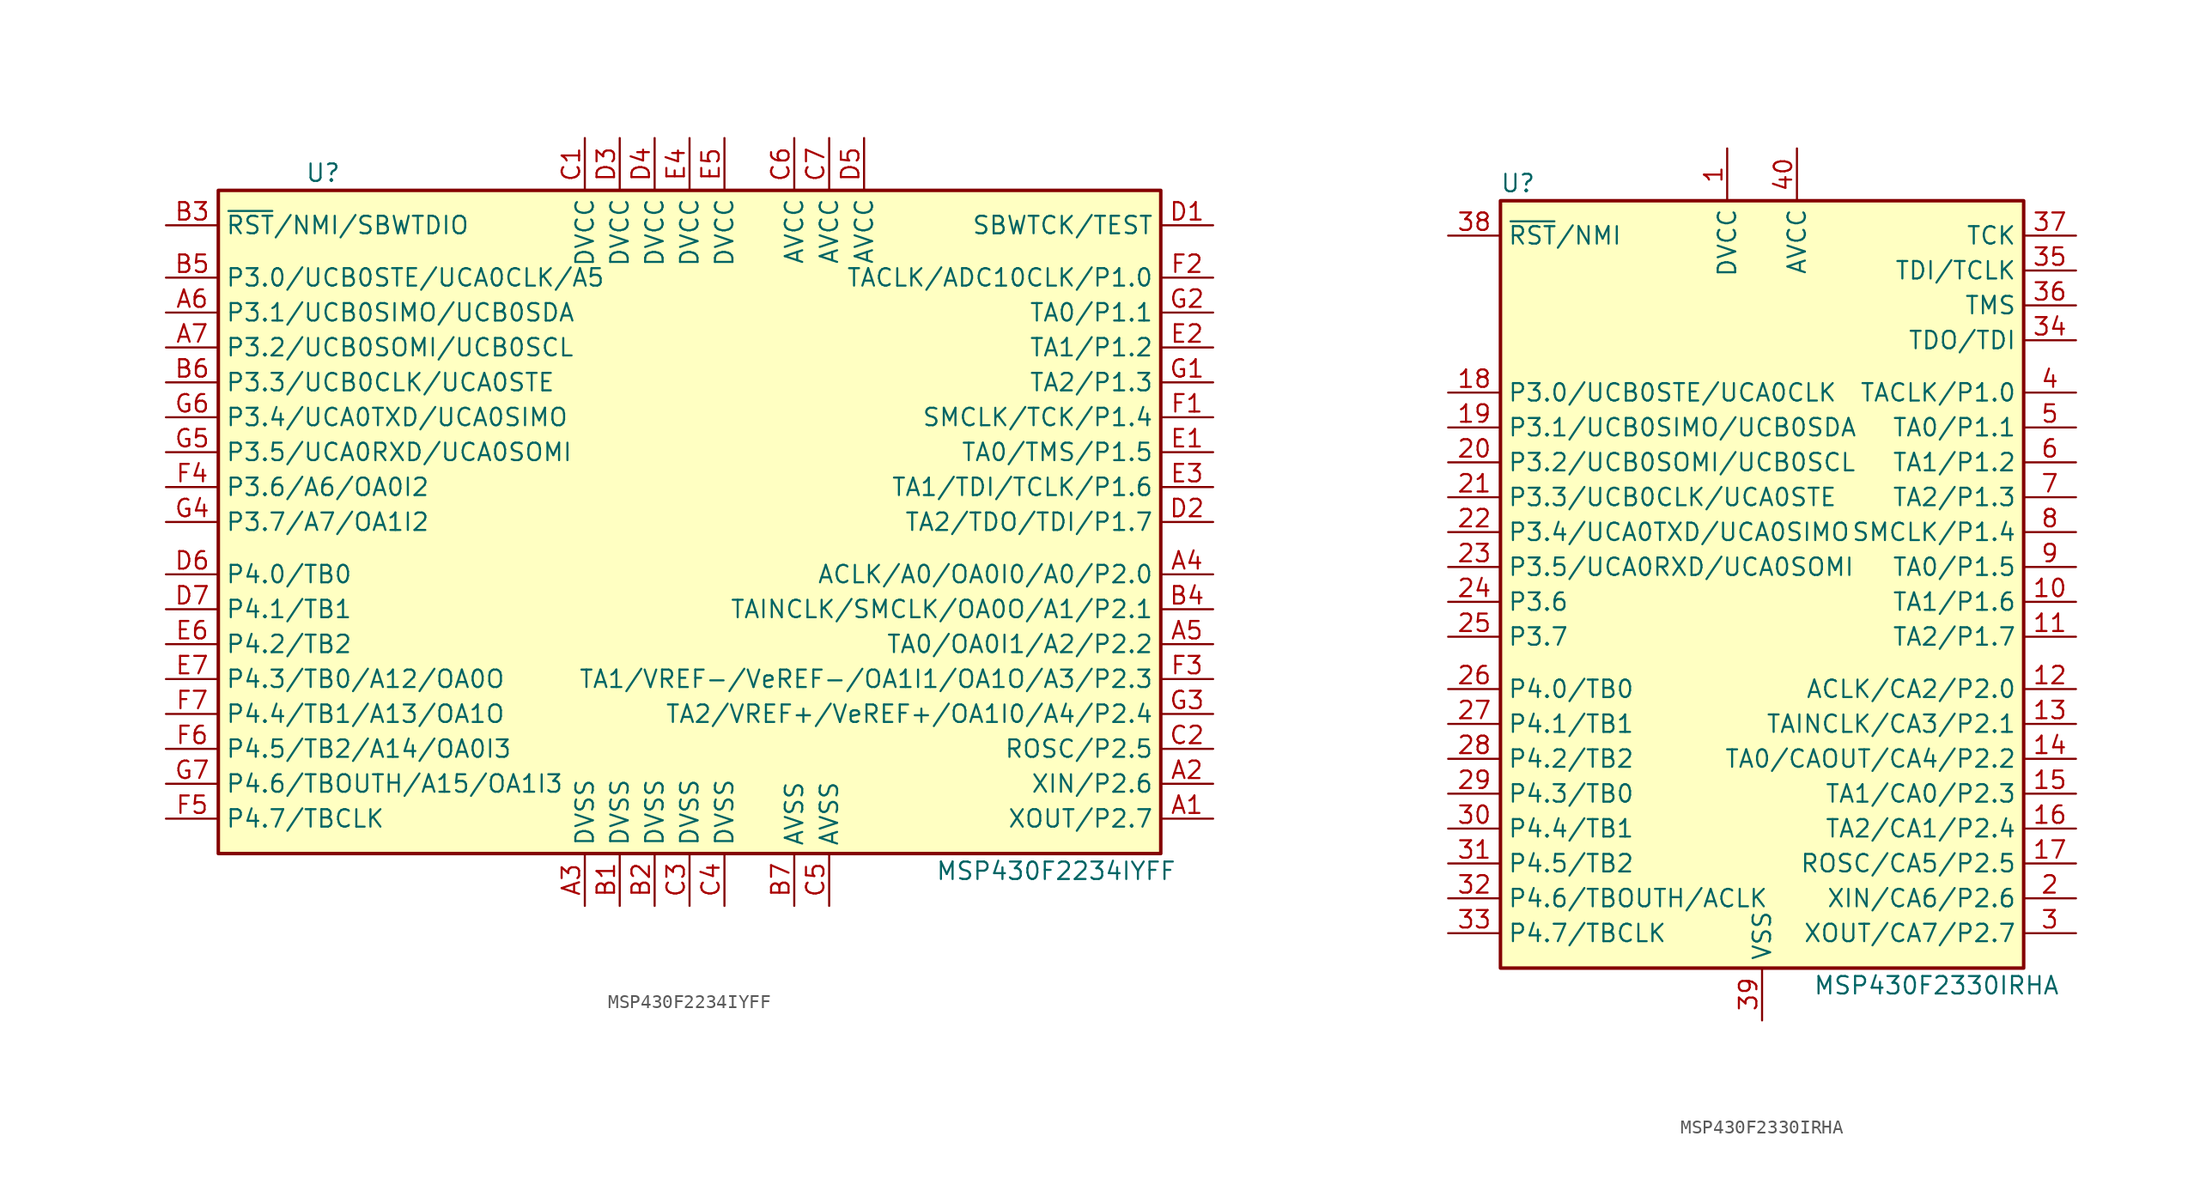
<source format=kicad_sym>
(kicad_symbol_lib
  (version 20201005)
  (generator kicad_symbol_editor)
  (symbol "MCU_Texas_MSP430:MSP430F2234IYFF"
    (property "Reference" "U"
      (at -26.67 25.4 0)
      (effects (font (size 1.27 1.27))))
    (property "Value" "MSP430F2234IYFF"
      (at 26.67 -25.4 0)
      (effects (font (size 1.27 1.27))))
    (symbol "MSP430F2234IYFF_0_1"
      (rectangle (start -34.29 24.13) (end 34.29 -24.13) (stroke (width 0.254)) (fill (type background))))
    (symbol "MSP430F2234IYFF_1_1"
      (pin bidirectional line (at 38.1 -21.59 180) (length 3.81) (name "XOUT/P2.7" (effects (font (size 1.27 1.27)))) (number "A1" (effects (font (size 1.27 1.27)))))
      (pin bidirectional line (at 38.1 -19.05 180) (length 3.81) (name "XIN/P2.6" (effects (font (size 1.27 1.27)))) (number "A2" (effects (font (size 1.27 1.27)))))
      (pin power_in line (at -7.62 -27.94 90) (length 3.81) (name "DVSS" (effects (font (size 1.27 1.27)))) (number "A3" (effects (font (size 1.27 1.27)))))
      (pin bidirectional line (at 38.1 -3.81 180) (length 3.81) (name "ACLK/A0/OA0I0/A0/P2.0" (effects (font (size 1.27 1.27)))) (number "A4" (effects (font (size 1.27 1.27)))))
      (pin bidirectional line (at 38.1 -8.89 180) (length 3.81) (name "TA0/OA0I1/A2/P2.2" (effects (font (size 1.27 1.27)))) (number "A5" (effects (font (size 1.27 1.27)))))
      (pin bidirectional line (at -38.1 15.24 0) (length 3.81) (name "P3.1/UCB0SIMO/UCB0SDA" (effects (font (size 1.27 1.27)))) (number "A6" (effects (font (size 1.27 1.27)))))
      (pin bidirectional line (at -38.1 12.7 0) (length 3.81) (name "P3.2/UCB0SOMI/UCB0SCL" (effects (font (size 1.27 1.27)))) (number "A7" (effects (font (size 1.27 1.27)))))
      (pin power_in line (at -5.08 -27.94 90) (length 3.81) (name "DVSS" (effects (font (size 1.27 1.27)))) (number "B1" (effects (font (size 1.27 1.27)))))
      (pin power_in line (at -2.54 -27.94 90) (length 3.81) (name "DVSS" (effects (font (size 1.27 1.27)))) (number "B2" (effects (font (size 1.27 1.27)))))
      (pin input line (at -38.1 21.59 0) (length 3.81) (name "~RST~/NMI/SBWTDIO" (effects (font (size 1.27 1.27)))) (number "B3" (effects (font (size 1.27 1.27)))))
      (pin bidirectional line (at 38.1 -6.35 180) (length 3.81) (name "TAINCLK/SMCLK/OA0O/A1/P2.1" (effects (font (size 1.27 1.27)))) (number "B4" (effects (font (size 1.27 1.27)))))
      (pin bidirectional line (at -38.1 17.78 0) (length 3.81) (name "P3.0/UCB0STE/UCA0CLK/A5" (effects (font (size 1.27 1.27)))) (number "B5" (effects (font (size 1.27 1.27)))))
      (pin bidirectional line (at -38.1 10.16 0) (length 3.81) (name "P3.3/UCB0CLK/UCA0STE" (effects (font (size 1.27 1.27)))) (number "B6" (effects (font (size 1.27 1.27)))))
      (pin power_in line (at 7.62 -27.94 90) (length 3.81) (name "AVSS" (effects (font (size 1.27 1.27)))) (number "B7" (effects (font (size 1.27 1.27)))))
      (pin power_in line (at -7.62 27.94 270) (length 3.81) (name "DVCC" (effects (font (size 1.27 1.27)))) (number "C1" (effects (font (size 1.27 1.27)))))
      (pin bidirectional line (at 38.1 -16.51 180) (length 3.81) (name "ROSC/P2.5" (effects (font (size 1.27 1.27)))) (number "C2" (effects (font (size 1.27 1.27)))))
      (pin power_in line (at 0 -27.94 90) (length 3.81) (name "DVSS" (effects (font (size 1.27 1.27)))) (number "C3" (effects (font (size 1.27 1.27)))))
      (pin power_in line (at 2.54 -27.94 90) (length 3.81) (name "DVSS" (effects (font (size 1.27 1.27)))) (number "C4" (effects (font (size 1.27 1.27)))))
      (pin power_in line (at 10.16 -27.94 90) (length 3.81) (name "AVSS" (effects (font (size 1.27 1.27)))) (number "C5" (effects (font (size 1.27 1.27)))))
      (pin power_in line (at 7.62 27.94 270) (length 3.81) (name "AVCC" (effects (font (size 1.27 1.27)))) (number "C6" (effects (font (size 1.27 1.27)))))
      (pin power_in line (at 10.16 27.94 270) (length 3.81) (name "AVCC" (effects (font (size 1.27 1.27)))) (number "C7" (effects (font (size 1.27 1.27)))))
      (pin input line (at 38.1 21.59 180) (length 3.81) (name "SBWTCK/TEST" (effects (font (size 1.27 1.27)))) (number "D1" (effects (font (size 1.27 1.27)))))
      (pin bidirectional line (at 38.1 0 180) (length 3.81) (name "TA2/TDO/TDI/P1.7" (effects (font (size 1.27 1.27)))) (number "D2" (effects (font (size 1.27 1.27)))))
      (pin power_in line (at -5.08 27.94 270) (length 3.81) (name "DVCC" (effects (font (size 1.27 1.27)))) (number "D3" (effects (font (size 1.27 1.27)))))
      (pin power_in line (at -2.54 27.94 270) (length 3.81) (name "DVCC" (effects (font (size 1.27 1.27)))) (number "D4" (effects (font (size 1.27 1.27)))))
      (pin power_in line (at 12.7 27.94 270) (length 3.81) (name "AVCC" (effects (font (size 1.27 1.27)))) (number "D5" (effects (font (size 1.27 1.27)))))
      (pin bidirectional line (at -38.1 -3.81 0) (length 3.81) (name "P4.0/TB0" (effects (font (size 1.27 1.27)))) (number "D6" (effects (font (size 1.27 1.27)))))
      (pin bidirectional line (at -38.1 -6.35 0) (length 3.81) (name "P4.1/TB1" (effects (font (size 1.27 1.27)))) (number "D7" (effects (font (size 1.27 1.27)))))
      (pin bidirectional line (at 38.1 5.08 180) (length 3.81) (name "TA0/TMS/P1.5" (effects (font (size 1.27 1.27)))) (number "E1" (effects (font (size 1.27 1.27)))))
      (pin bidirectional line (at 38.1 12.7 180) (length 3.81) (name "TA1/P1.2" (effects (font (size 1.27 1.27)))) (number "E2" (effects (font (size 1.27 1.27)))))
      (pin bidirectional line (at 38.1 2.54 180) (length 3.81) (name "TA1/TDI/TCLK/P1.6" (effects (font (size 1.27 1.27)))) (number "E3" (effects (font (size 1.27 1.27)))))
      (pin power_in line (at 0 27.94 270) (length 3.81) (name "DVCC" (effects (font (size 1.27 1.27)))) (number "E4" (effects (font (size 1.27 1.27)))))
      (pin power_in line (at 2.54 27.94 270) (length 3.81) (name "DVCC" (effects (font (size 1.27 1.27)))) (number "E5" (effects (font (size 1.27 1.27)))))
      (pin bidirectional line (at -38.1 -8.89 0) (length 3.81) (name "P4.2/TB2" (effects (font (size 1.27 1.27)))) (number "E6" (effects (font (size 1.27 1.27)))))
      (pin bidirectional line (at -38.1 -11.43 0) (length 3.81) (name "P4.3/TB0/A12/OA0O" (effects (font (size 1.27 1.27)))) (number "E7" (effects (font (size 1.27 1.27)))))
      (pin bidirectional line (at 38.1 7.62 180) (length 3.81) (name "SMCLK/TCK/P1.4" (effects (font (size 1.27 1.27)))) (number "F1" (effects (font (size 1.27 1.27)))))
      (pin bidirectional line (at 38.1 17.78 180) (length 3.81) (name "TACLK/ADC10CLK/P1.0" (effects (font (size 1.27 1.27)))) (number "F2" (effects (font (size 1.27 1.27)))))
      (pin bidirectional line (at 38.1 -11.43 180) (length 3.81) (name "TA1/VREF-/VeREF-/OA1I1/OA1O/A3/P2.3" (effects (font (size 1.27 1.27)))) (number "F3" (effects (font (size 1.27 1.27)))))
      (pin bidirectional line (at -38.1 2.54 0) (length 3.81) (name "P3.6/A6/OA0I2" (effects (font (size 1.27 1.27)))) (number "F4" (effects (font (size 1.27 1.27)))))
      (pin bidirectional line (at -38.1 -21.59 0) (length 3.81) (name "P4.7/TBCLK" (effects (font (size 1.27 1.27)))) (number "F5" (effects (font (size 1.27 1.27)))))
      (pin bidirectional line (at -38.1 -16.51 0) (length 3.81) (name "P4.5/TB2/A14/OA0I3" (effects (font (size 1.27 1.27)))) (number "F6" (effects (font (size 1.27 1.27)))))
      (pin bidirectional line (at -38.1 -13.97 0) (length 3.81) (name "P4.4/TB1/A13/OA1O" (effects (font (size 1.27 1.27)))) (number "F7" (effects (font (size 1.27 1.27)))))
      (pin bidirectional line (at 38.1 10.16 180) (length 3.81) (name "TA2/P1.3" (effects (font (size 1.27 1.27)))) (number "G1" (effects (font (size 1.27 1.27)))))
      (pin bidirectional line (at 38.1 15.24 180) (length 3.81) (name "TA0/P1.1" (effects (font (size 1.27 1.27)))) (number "G2" (effects (font (size 1.27 1.27)))))
      (pin bidirectional line (at 38.1 -13.97 180) (length 3.81) (name "TA2/VREF+/VeREF+/OA1I0/A4/P2.4" (effects (font (size 1.27 1.27)))) (number "G3" (effects (font (size 1.27 1.27)))))
      (pin bidirectional line (at -38.1 0 0) (length 3.81) (name "P3.7/A7/OA1I2" (effects (font (size 1.27 1.27)))) (number "G4" (effects (font (size 1.27 1.27)))))
      (pin bidirectional line (at -38.1 5.08 0) (length 3.81) (name "P3.5/UCA0RXD/UCA0SOMI" (effects (font (size 1.27 1.27)))) (number "G5" (effects (font (size 1.27 1.27)))))
      (pin bidirectional line (at -38.1 7.62 0) (length 3.81) (name "P3.4/UCA0TXD/UCA0SIMO" (effects (font (size 1.27 1.27)))) (number "G6" (effects (font (size 1.27 1.27)))))
      (pin bidirectional line (at -38.1 -19.05 0) (length 3.81) (name "P4.6/TBOUTH/A15/OA1I3" (effects (font (size 1.27 1.27)))) (number "G7" (effects (font (size 1.27 1.27)))))))
  (symbol "MCU_Texas_MSP430:MSP430F2330IRHA"
    (property "Reference" "U"
      (at -17.78 29.21 0)
      (effects (font (size 1.27 1.27))))
    (property "Value" "MSP430F2330IRHA"
      (at 12.7 -29.21 0)
      (effects (font (size 1.27 1.27))))
    (symbol "MSP430F2330IRHA_0_1"
      (rectangle (start -19.05 27.94) (end 19.05 -27.94) (stroke (width 0.254)) (fill (type background))))
    (symbol "MSP430F2330IRHA_1_1"
      (pin power_in line (at -2.54 31.75 270) (length 3.81) (name "DVCC" (effects (font (size 1.27 1.27)))) (number "1" (effects (font (size 1.27 1.27)))))
      (pin bidirectional line (at 22.86 -1.27 180) (length 3.81) (name "TA1/P1.6" (effects (font (size 1.27 1.27)))) (number "10" (effects (font (size 1.27 1.27)))))
      (pin bidirectional line (at 22.86 -3.81 180) (length 3.81) (name "TA2/P1.7" (effects (font (size 1.27 1.27)))) (number "11" (effects (font (size 1.27 1.27)))))
      (pin bidirectional line (at 22.86 -7.62 180) (length 3.81) (name "ACLK/CA2/P2.0" (effects (font (size 1.27 1.27)))) (number "12" (effects (font (size 1.27 1.27)))))
      (pin bidirectional line (at 22.86 -10.16 180) (length 3.81) (name "TAINCLK/CA3/P2.1" (effects (font (size 1.27 1.27)))) (number "13" (effects (font (size 1.27 1.27)))))
      (pin bidirectional line (at 22.86 -12.7 180) (length 3.81) (name "TA0/CAOUT/CA4/P2.2" (effects (font (size 1.27 1.27)))) (number "14" (effects (font (size 1.27 1.27)))))
      (pin bidirectional line (at 22.86 -15.24 180) (length 3.81) (name "TA1/CA0/P2.3" (effects (font (size 1.27 1.27)))) (number "15" (effects (font (size 1.27 1.27)))))
      (pin bidirectional line (at 22.86 -17.78 180) (length 3.81) (name "TA2/CA1/P2.4" (effects (font (size 1.27 1.27)))) (number "16" (effects (font (size 1.27 1.27)))))
      (pin bidirectional line (at 22.86 -20.32 180) (length 3.81) (name "ROSC/CA5/P2.5" (effects (font (size 1.27 1.27)))) (number "17" (effects (font (size 1.27 1.27)))))
      (pin bidirectional line (at -22.86 13.97 0) (length 3.81) (name "P3.0/UCB0STE/UCA0CLK" (effects (font (size 1.27 1.27)))) (number "18" (effects (font (size 1.27 1.27)))))
      (pin bidirectional line (at -22.86 11.43 0) (length 3.81) (name "P3.1/UCB0SIMO/UCB0SDA" (effects (font (size 1.27 1.27)))) (number "19" (effects (font (size 1.27 1.27)))))
      (pin bidirectional line (at 22.86 -22.86 180) (length 3.81) (name "XIN/CA6/P2.6" (effects (font (size 1.27 1.27)))) (number "2" (effects (font (size 1.27 1.27)))))
      (pin bidirectional line (at -22.86 8.89 0) (length 3.81) (name "P3.2/UCB0SOMI/UCB0SCL" (effects (font (size 1.27 1.27)))) (number "20" (effects (font (size 1.27 1.27)))))
      (pin bidirectional line (at -22.86 6.35 0) (length 3.81) (name "P3.3/UCB0CLK/UCA0STE" (effects (font (size 1.27 1.27)))) (number "21" (effects (font (size 1.27 1.27)))))
      (pin bidirectional line (at -22.86 3.81 0) (length 3.81) (name "P3.4/UCA0TXD/UCA0SIMO" (effects (font (size 1.27 1.27)))) (number "22" (effects (font (size 1.27 1.27)))))
      (pin bidirectional line (at -22.86 1.27 0) (length 3.81) (name "P3.5/UCA0RXD/UCA0SOMI" (effects (font (size 1.27 1.27)))) (number "23" (effects (font (size 1.27 1.27)))))
      (pin bidirectional line (at -22.86 -1.27 0) (length 3.81) (name "P3.6" (effects (font (size 1.27 1.27)))) (number "24" (effects (font (size 1.27 1.27)))))
      (pin bidirectional line (at -22.86 -3.81 0) (length 3.81) (name "P3.7" (effects (font (size 1.27 1.27)))) (number "25" (effects (font (size 1.27 1.27)))))
      (pin bidirectional line (at -22.86 -7.62 0) (length 3.81) (name "P4.0/TB0" (effects (font (size 1.27 1.27)))) (number "26" (effects (font (size 1.27 1.27)))))
      (pin bidirectional line (at -22.86 -10.16 0) (length 3.81) (name "P4.1/TB1" (effects (font (size 1.27 1.27)))) (number "27" (effects (font (size 1.27 1.27)))))
      (pin bidirectional line (at -22.86 -12.7 0) (length 3.81) (name "P4.2/TB2" (effects (font (size 1.27 1.27)))) (number "28" (effects (font (size 1.27 1.27)))))
      (pin bidirectional line (at -22.86 -15.24 0) (length 3.81) (name "P4.3/TB0" (effects (font (size 1.27 1.27)))) (number "29" (effects (font (size 1.27 1.27)))))
      (pin bidirectional line (at 22.86 -25.4 180) (length 3.81) (name "XOUT/CA7/P2.7" (effects (font (size 1.27 1.27)))) (number "3" (effects (font (size 1.27 1.27)))))
      (pin bidirectional line (at -22.86 -17.78 0) (length 3.81) (name "P4.4/TB1" (effects (font (size 1.27 1.27)))) (number "30" (effects (font (size 1.27 1.27)))))
      (pin bidirectional line (at -22.86 -20.32 0) (length 3.81) (name "P4.5/TB2" (effects (font (size 1.27 1.27)))) (number "31" (effects (font (size 1.27 1.27)))))
      (pin bidirectional line (at -22.86 -22.86 0) (length 3.81) (name "P4.6/TBOUTH/ACLK" (effects (font (size 1.27 1.27)))) (number "32" (effects (font (size 1.27 1.27)))))
      (pin bidirectional line (at -22.86 -25.4 0) (length 3.81) (name "P4.7/TBCLK" (effects (font (size 1.27 1.27)))) (number "33" (effects (font (size 1.27 1.27)))))
      (pin bidirectional line (at 22.86 17.78 180) (length 3.81) (name "TDO/TDI" (effects (font (size 1.27 1.27)))) (number "34" (effects (font (size 1.27 1.27)))))
      (pin input line (at 22.86 22.86 180) (length 3.81) (name "TDI/TCLK" (effects (font (size 1.27 1.27)))) (number "35" (effects (font (size 1.27 1.27)))))
      (pin input line (at 22.86 20.32 180) (length 3.81) (name "TMS" (effects (font (size 1.27 1.27)))) (number "36" (effects (font (size 1.27 1.27)))))
      (pin input line (at 22.86 25.4 180) (length 3.81) (name "TCK" (effects (font (size 1.27 1.27)))) (number "37" (effects (font (size 1.27 1.27)))))
      (pin input line (at -22.86 25.4 0) (length 3.81) (name "~RST~/NMI" (effects (font (size 1.27 1.27)))) (number "38" (effects (font (size 1.27 1.27)))))
      (pin power_in line (at 0 -31.75 90) (length 3.81) (name "VSS" (effects (font (size 1.27 1.27)))) (number "39" (effects (font (size 1.27 1.27)))))
      (pin bidirectional line (at 22.86 13.97 180) (length 3.81) (name "TACLK/P1.0" (effects (font (size 1.27 1.27)))) (number "4" (effects (font (size 1.27 1.27)))))
      (pin power_in line (at 2.54 31.75 270) (length 3.81) (name "AVCC" (effects (font (size 1.27 1.27)))) (number "40" (effects (font (size 1.27 1.27)))))
      (pin bidirectional line (at 22.86 11.43 180) (length 3.81) (name "TA0/P1.1" (effects (font (size 1.27 1.27)))) (number "5" (effects (font (size 1.27 1.27)))))
      (pin bidirectional line (at 22.86 8.89 180) (length 3.81) (name "TA1/P1.2" (effects (font (size 1.27 1.27)))) (number "6" (effects (font (size 1.27 1.27)))))
      (pin bidirectional line (at 22.86 6.35 180) (length 3.81) (name "TA2/P1.3" (effects (font (size 1.27 1.27)))) (number "7" (effects (font (size 1.27 1.27)))))
      (pin bidirectional line (at 22.86 3.81 180) (length 3.81) (name "SMCLK/P1.4" (effects (font (size 1.27 1.27)))) (number "8" (effects (font (size 1.27 1.27)))))
      (pin bidirectional line (at 22.86 1.27 180) (length 3.81) (name "TA0/P1.5" (effects (font (size 1.27 1.27)))) (number "9" (effects (font (size 1.27 1.27))))))))
</source>
